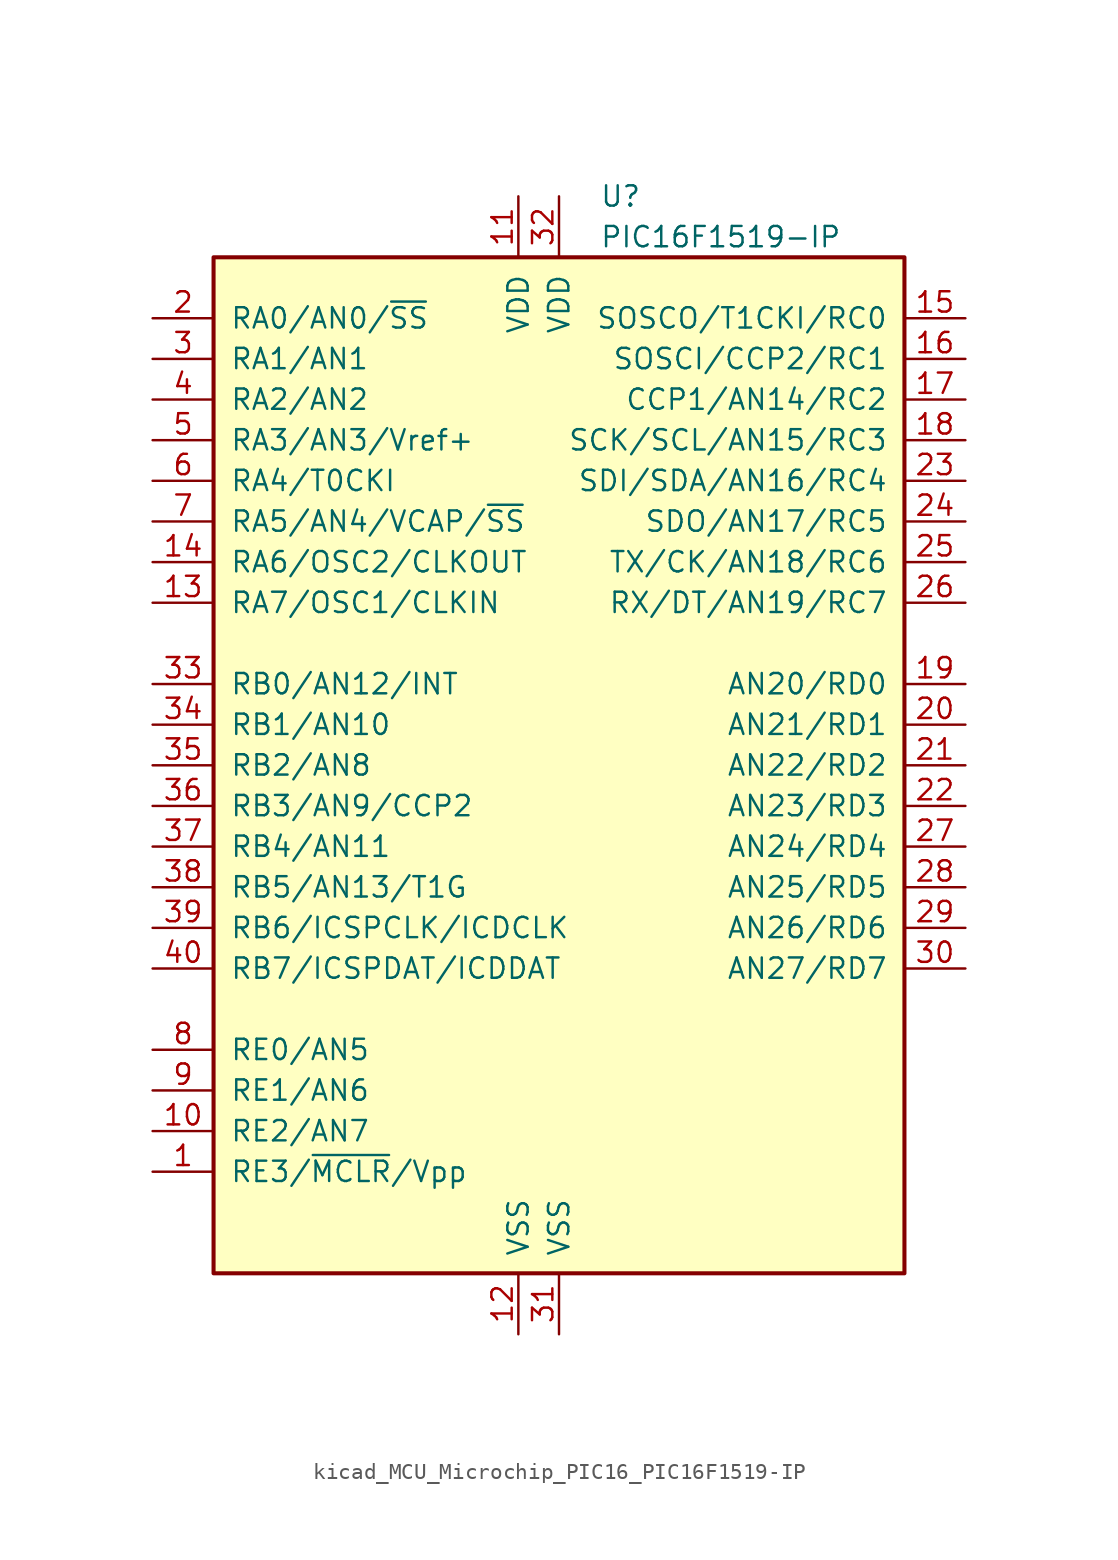
<source format=kicad_sym>
(kicad_symbol_lib
  (version 20220914)
  (generator kicad_symbol_editor)
  (symbol "kicad_MCU_Microchip_PIC16_PIC16F1519-IP"
    (pin_names
      (offset 1.016))
    (property "Reference" "U"
      (at 2.54 35.56 0)
      (effects (font (size 1.27 1.27)) (justify left)))
    (property "Value" "PIC16F1519-IP"
      (at 2.54 33.02 0)
      (effects (font (size 1.27 1.27)) (justify left)))
    (symbol "kicad_MCU_Microchip_PIC16_PIC16F1519-IP_0_1"
      (rectangle (start -21.59 31.75) (end 21.59 -31.75) (stroke (width 0.254) (type default)) (fill (type background))))
    (symbol "kicad_MCU_Microchip_PIC16_PIC16F1519-IP_1_1"
      (pin input line (at -25.4 -25.4 0) (length 3.81) (name "RE3/~{MCLR}/Vpp" (effects (font (size 1.27 1.27)))) (number "1" (effects (font (size 1.27 1.27)))))
      (pin bidirectional line (at -25.4 -22.86 0) (length 3.81) (name "RE2/AN7" (effects (font (size 1.27 1.27)))) (number "10" (effects (font (size 1.27 1.27)))))
      (pin power_in line (at -2.54 35.56 270) (length 3.81) (name "VDD" (effects (font (size 1.27 1.27)))) (number "11" (effects (font (size 1.27 1.27)))))
      (pin power_in line (at -2.54 -35.56 90) (length 3.81) (name "VSS" (effects (font (size 1.27 1.27)))) (number "12" (effects (font (size 1.27 1.27)))))
      (pin bidirectional line (at -25.4 10.16 0) (length 3.81) (name "RA7/OSC1/CLKIN" (effects (font (size 1.27 1.27)))) (number "13" (effects (font (size 1.27 1.27)))))
      (pin bidirectional line (at -25.4 12.7 0) (length 3.81) (name "RA6/OSC2/CLKOUT" (effects (font (size 1.27 1.27)))) (number "14" (effects (font (size 1.27 1.27)))))
      (pin bidirectional line (at 25.4 27.94 180) (length 3.81) (name "SOSCO/T1CKI/RC0" (effects (font (size 1.27 1.27)))) (number "15" (effects (font (size 1.27 1.27)))))
      (pin bidirectional line (at 25.4 25.4 180) (length 3.81) (name "SOSCI/CCP2/RC1" (effects (font (size 1.27 1.27)))) (number "16" (effects (font (size 1.27 1.27)))))
      (pin bidirectional line (at 25.4 22.86 180) (length 3.81) (name "CCP1/AN14/RC2" (effects (font (size 1.27 1.27)))) (number "17" (effects (font (size 1.27 1.27)))))
      (pin bidirectional line (at 25.4 20.32 180) (length 3.81) (name "SCK/SCL/AN15/RC3" (effects (font (size 1.27 1.27)))) (number "18" (effects (font (size 1.27 1.27)))))
      (pin bidirectional line (at 25.4 5.08 180) (length 3.81) (name "AN20/RD0" (effects (font (size 1.27 1.27)))) (number "19" (effects (font (size 1.27 1.27)))))
      (pin bidirectional line (at -25.4 27.94 0) (length 3.81) (name "RA0/AN0/~{SS}" (effects (font (size 1.27 1.27)))) (number "2" (effects (font (size 1.27 1.27)))))
      (pin bidirectional line (at 25.4 2.54 180) (length 3.81) (name "AN21/RD1" (effects (font (size 1.27 1.27)))) (number "20" (effects (font (size 1.27 1.27)))))
      (pin bidirectional line (at 25.4 0 180) (length 3.81) (name "AN22/RD2" (effects (font (size 1.27 1.27)))) (number "21" (effects (font (size 1.27 1.27)))))
      (pin bidirectional line (at 25.4 -2.54 180) (length 3.81) (name "AN23/RD3" (effects (font (size 1.27 1.27)))) (number "22" (effects (font (size 1.27 1.27)))))
      (pin bidirectional line (at 25.4 17.78 180) (length 3.81) (name "SDI/SDA/AN16/RC4" (effects (font (size 1.27 1.27)))) (number "23" (effects (font (size 1.27 1.27)))))
      (pin bidirectional line (at 25.4 15.24 180) (length 3.81) (name "SDO/AN17/RC5" (effects (font (size 1.27 1.27)))) (number "24" (effects (font (size 1.27 1.27)))))
      (pin bidirectional line (at 25.4 12.7 180) (length 3.81) (name "TX/CK/AN18/RC6" (effects (font (size 1.27 1.27)))) (number "25" (effects (font (size 1.27 1.27)))))
      (pin bidirectional line (at 25.4 10.16 180) (length 3.81) (name "RX/DT/AN19/RC7" (effects (font (size 1.27 1.27)))) (number "26" (effects (font (size 1.27 1.27)))))
      (pin bidirectional line (at 25.4 -5.08 180) (length 3.81) (name "AN24/RD4" (effects (font (size 1.27 1.27)))) (number "27" (effects (font (size 1.27 1.27)))))
      (pin bidirectional line (at 25.4 -7.62 180) (length 3.81) (name "AN25/RD5" (effects (font (size 1.27 1.27)))) (number "28" (effects (font (size 1.27 1.27)))))
      (pin bidirectional line (at 25.4 -10.16 180) (length 3.81) (name "AN26/RD6" (effects (font (size 1.27 1.27)))) (number "29" (effects (font (size 1.27 1.27)))))
      (pin bidirectional line (at -25.4 25.4 0) (length 3.81) (name "RA1/AN1" (effects (font (size 1.27 1.27)))) (number "3" (effects (font (size 1.27 1.27)))))
      (pin bidirectional line (at 25.4 -12.7 180) (length 3.81) (name "AN27/RD7" (effects (font (size 1.27 1.27)))) (number "30" (effects (font (size 1.27 1.27)))))
      (pin power_in line (at 0 -35.56 90) (length 3.81) (name "VSS" (effects (font (size 1.27 1.27)))) (number "31" (effects (font (size 1.27 1.27)))))
      (pin power_in line (at 0 35.56 270) (length 3.81) (name "VDD" (effects (font (size 1.27 1.27)))) (number "32" (effects (font (size 1.27 1.27)))))
      (pin bidirectional line (at -25.4 5.08 0) (length 3.81) (name "RB0/AN12/INT" (effects (font (size 1.27 1.27)))) (number "33" (effects (font (size 1.27 1.27)))))
      (pin bidirectional line (at -25.4 2.54 0) (length 3.81) (name "RB1/AN10" (effects (font (size 1.27 1.27)))) (number "34" (effects (font (size 1.27 1.27)))))
      (pin bidirectional line (at -25.4 0 0) (length 3.81) (name "RB2/AN8" (effects (font (size 1.27 1.27)))) (number "35" (effects (font (size 1.27 1.27)))))
      (pin bidirectional line (at -25.4 -2.54 0) (length 3.81) (name "RB3/AN9/CCP2" (effects (font (size 1.27 1.27)))) (number "36" (effects (font (size 1.27 1.27)))))
      (pin bidirectional line (at -25.4 -5.08 0) (length 3.81) (name "RB4/AN11" (effects (font (size 1.27 1.27)))) (number "37" (effects (font (size 1.27 1.27)))))
      (pin bidirectional line (at -25.4 -7.62 0) (length 3.81) (name "RB5/AN13/T1G" (effects (font (size 1.27 1.27)))) (number "38" (effects (font (size 1.27 1.27)))))
      (pin bidirectional line (at -25.4 -10.16 0) (length 3.81) (name "RB6/ICSPCLK/ICDCLK" (effects (font (size 1.27 1.27)))) (number "39" (effects (font (size 1.27 1.27)))))
      (pin bidirectional line (at -25.4 22.86 0) (length 3.81) (name "RA2/AN2" (effects (font (size 1.27 1.27)))) (number "4" (effects (font (size 1.27 1.27)))))
      (pin bidirectional line (at -25.4 -12.7 0) (length 3.81) (name "RB7/ICSPDAT/ICDDAT" (effects (font (size 1.27 1.27)))) (number "40" (effects (font (size 1.27 1.27)))))
      (pin bidirectional line (at -25.4 20.32 0) (length 3.81) (name "RA3/AN3/Vref+" (effects (font (size 1.27 1.27)))) (number "5" (effects (font (size 1.27 1.27)))))
      (pin bidirectional line (at -25.4 17.78 0) (length 3.81) (name "RA4/T0CKI" (effects (font (size 1.27 1.27)))) (number "6" (effects (font (size 1.27 1.27)))))
      (pin bidirectional line (at -25.4 15.24 0) (length 3.81) (name "RA5/AN4/VCAP/~{SS}" (effects (font (size 1.27 1.27)))) (number "7" (effects (font (size 1.27 1.27)))))
      (pin bidirectional line (at -25.4 -17.78 0) (length 3.81) (name "RE0/AN5" (effects (font (size 1.27 1.27)))) (number "8" (effects (font (size 1.27 1.27)))))
      (pin bidirectional line (at -25.4 -20.32 0) (length 3.81) (name "RE1/AN6" (effects (font (size 1.27 1.27)))) (number "9" (effects (font (size 1.27 1.27))))))))
</source>
